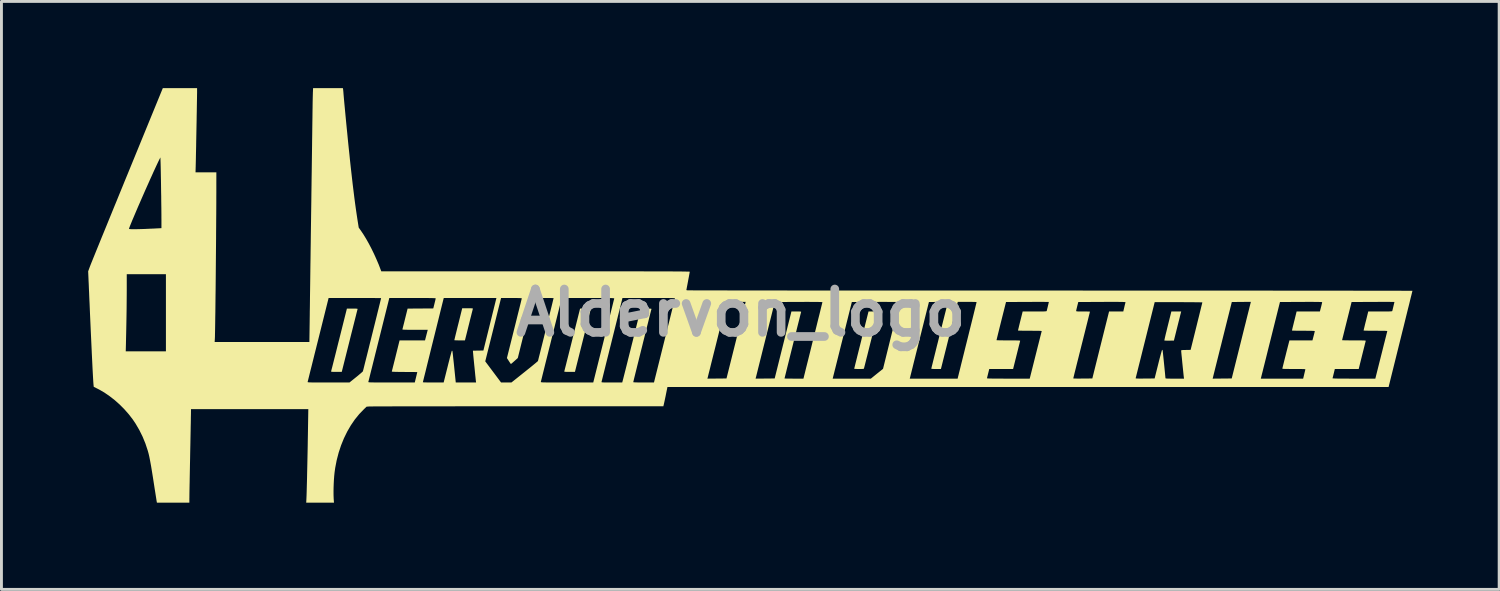
<source format=kicad_pcb>
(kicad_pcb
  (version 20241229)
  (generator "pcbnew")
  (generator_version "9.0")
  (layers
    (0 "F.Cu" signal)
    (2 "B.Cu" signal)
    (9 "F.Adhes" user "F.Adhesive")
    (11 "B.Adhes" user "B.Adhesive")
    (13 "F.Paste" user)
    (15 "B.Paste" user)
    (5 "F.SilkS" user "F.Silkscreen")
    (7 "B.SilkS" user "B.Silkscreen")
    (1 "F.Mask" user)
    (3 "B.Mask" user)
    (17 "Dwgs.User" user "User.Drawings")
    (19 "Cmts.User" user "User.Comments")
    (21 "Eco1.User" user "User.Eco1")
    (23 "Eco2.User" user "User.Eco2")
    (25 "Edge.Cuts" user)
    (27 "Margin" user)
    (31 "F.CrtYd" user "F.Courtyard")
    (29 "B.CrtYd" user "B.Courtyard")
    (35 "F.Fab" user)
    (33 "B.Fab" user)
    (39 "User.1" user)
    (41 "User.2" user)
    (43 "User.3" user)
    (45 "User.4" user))
  (footprint "Aldervon_logo"
    (layer "F.Cu")
    (at 22.579 7.77)
    (property "Reference" "Aldervon_logo" (at 0 0 0) (layer "F.Fab") (effects (font (size 1.5 1.5) (thickness 0.3))))
    (attr board_only exclude_from_pos_files exclude_from_bom)
    (fp_poly (pts (xy 15.226 -0.014) (xy 15.222 0.003) (xy 15.213 0.039) (xy 15.199 0.092) (xy 15.183 0.16) (xy 15.163 0.239) (xy 15.14 0.329) (xy 15.116 0.425) (xy 15.1 0.489) (xy 14.982 0.962) (xy 14.82 0.965) (xy 14.762 0.965) (xy 14.712 0.964) (xy 14.675 0.963) (xy 14.655 0.96) (xy 14.652 0.959) (xy 14.653 0.946) (xy 14.66 0.915) (xy 14.67 0.866) (xy 14.685 0.802) (xy 14.703 0.725) (xy 14.725 0.638) (xy 14.748 0.542) (xy 14.77 0.453) (xy 14.894 -0.044) (xy 15.064 -0.044) (xy 15.234 -0.044)) (stroke (width 0) (type solid)) (fill yes) (layer "F.SilkS"))
    (fp_poly (pts (xy -13.369 -0.144) (xy -13.317 -0.143) (xy -13.283 -0.141) (xy -13.264 -0.137) (xy -13.258 -0.132) (xy -13.258 -0.131) (xy -13.261 -0.118) (xy -13.27 -0.085) (xy -13.283 -0.034) (xy -13.3 0.034) (xy -13.321 0.118) (xy -13.346 0.217) (xy -13.374 0.328) (xy -13.405 0.45) (xy -13.438 0.582) (xy -13.474 0.723) (xy -13.511 0.87) (xy -13.534 0.964) (xy -13.806 2.045) (xy -13.993 2.045) (xy -14.064 2.045) (xy -14.116 2.044) (xy -14.15 2.041) (xy -14.169 2.038) (xy -14.176 2.033) (xy -14.175 2.031) (xy -14.172 2.019) (xy -14.164 1.986) (xy -14.151 1.935) (xy -14.133 1.867) (xy -14.112 1.783) (xy -14.087 1.684) (xy -14.059 1.573) (xy -14.028 1.451) (xy -13.995 1.319) (xy -13.96 1.178) (xy -13.923 1.03) (xy -13.899 0.937) (xy -13.628 -0.144) (xy -13.44 -0.144)) (stroke (width 0) (type solid)) (fill yes) (layer "F.SilkS"))
    (fp_poly (pts (xy -5.302 -0.144) (xy -5.251 -0.143) (xy -5.217 -0.141) (xy -5.198 -0.137) (xy -5.191 -0.132) (xy -5.191 -0.131) (xy -5.195 -0.118) (xy -5.203 -0.085) (xy -5.216 -0.034) (xy -5.233 0.034) (xy -5.255 0.118) (xy -5.279 0.217) (xy -5.307 0.328) (xy -5.338 0.45) (xy -5.372 0.582) (xy -5.407 0.723) (xy -5.444 0.87) (xy -5.468 0.964) (xy -5.739 2.045) (xy -5.926 2.045) (xy -5.998 2.045) (xy -6.049 2.044) (xy -6.083 2.041) (xy -6.103 2.038) (xy -6.109 2.033) (xy -6.109 2.031) (xy -6.105 2.019) (xy -6.097 1.986) (xy -6.084 1.935) (xy -6.067 1.867) (xy -6.045 1.783) (xy -6.021 1.684) (xy -5.993 1.573) (xy -5.962 1.451) (xy -5.929 1.319) (xy -5.893 1.178) (xy -5.856 1.03) (xy -5.833 0.937) (xy -5.561 -0.144) (xy -5.374 -0.144)) (stroke (width 0) (type solid)) (fill yes) (layer "F.SilkS"))
    (fp_poly (pts (xy -9.384 -0.155) (xy -9.334 -0.155) (xy -9.301 -0.153) (xy -9.282 -0.151) (xy -9.272 -0.146) (xy -9.27 -0.14) (xy -9.271 -0.136) (xy -9.275 -0.122) (xy -9.283 -0.088) (xy -9.296 -0.037) (xy -9.313 0.029) (xy -9.332 0.107) (xy -9.355 0.196) (xy -9.379 0.293) (xy -9.4 0.378) (xy -9.426 0.481) (xy -9.45 0.578) (xy -9.472 0.668) (xy -9.492 0.747) (xy -9.509 0.814) (xy -9.522 0.866) (xy -9.531 0.901) (xy -9.534 0.914) (xy -9.545 0.956) (xy -9.728 0.956) (xy -9.789 0.955) (xy -9.842 0.954) (xy -9.882 0.952) (xy -9.906 0.95) (xy -9.911 0.948) (xy -9.909 0.936) (xy -9.901 0.904) (xy -9.89 0.855) (xy -9.874 0.79) (xy -9.855 0.713) (xy -9.833 0.624) (xy -9.809 0.526) (xy -9.783 0.421) (xy -9.775 0.392) (xy -9.639 -0.156) (xy -9.452 -0.156)) (stroke (width 0) (type solid)) (fill yes) (layer "F.SilkS"))
    (fp_poly (pts (xy 4.652 -0.044) (xy 4.698 -0.043) (xy 4.727 -0.042) (xy 4.744 -0.039) (xy 4.751 -0.034) (xy 4.752 -0.027) (xy 4.751 -0.025) (xy 4.748 -0.012) (xy 4.739 0.022) (xy 4.726 0.074) (xy 4.709 0.142) (xy 4.688 0.226) (xy 4.663 0.324) (xy 4.636 0.434) (xy 4.605 0.554) (xy 4.573 0.683) (xy 4.539 0.82) (xy 4.506 0.95) (xy 4.47 1.092) (xy 4.436 1.229) (xy 4.404 1.357) (xy 4.374 1.477) (xy 4.346 1.585) (xy 4.322 1.682) (xy 4.301 1.765) (xy 4.284 1.832) (xy 4.271 1.882) (xy 4.263 1.914) (xy 4.26 1.926) (xy 4.256 1.933) (xy 4.246 1.939) (xy 4.227 1.942) (xy 4.196 1.944) (xy 4.149 1.945) (xy 4.088 1.945) (xy 4.03 1.945) (xy 3.981 1.943) (xy 3.945 1.941) (xy 3.925 1.938) (xy 3.922 1.937) (xy 3.925 1.925) (xy 3.932 1.893) (xy 3.945 1.843) (xy 3.961 1.776) (xy 3.982 1.693) (xy 4.006 1.596) (xy 4.033 1.487) (xy 4.063 1.367) (xy 4.095 1.238) (xy 4.13 1.101) (xy 4.166 0.957) (xy 4.169 0.942) (xy 4.417 -0.044) (xy 4.587 -0.044)) (stroke (width 0) (type solid)) (fill yes) (layer "F.SilkS"))
    (fp_poly (pts (xy -18.811 -7.645) (xy -18.811 -7.616) (xy -18.812 -7.567) (xy -18.813 -7.499) (xy -18.814 -7.415) (xy -18.816 -7.315) (xy -18.818 -7.202) (xy -18.82 -7.079) (xy -18.822 -6.945) (xy -18.825 -6.805) (xy -18.827 -6.658) (xy -18.83 -6.507) (xy -18.833 -6.354) (xy -18.836 -6.201) (xy -18.839 -6.05) (xy -18.842 -5.902) (xy -18.844 -5.759) (xy -18.847 -5.623) (xy -18.85 -5.496) (xy -18.852 -5.379) (xy -18.854 -5.275) (xy -18.856 -5.185) (xy -18.858 -5.112) (xy -18.859 -5.056) (xy -18.86 -5.033) (xy -18.865 -4.858) (xy -18.505 -4.858) (xy -18.144 -4.858) (xy -18.145 -4.455) (xy -18.145 -4.314) (xy -18.145 -4.16) (xy -18.146 -3.992) (xy -18.146 -3.814) (xy -18.147 -3.625) (xy -18.148 -3.426) (xy -18.15 -3.22) (xy -18.151 -3.008) (xy -18.153 -2.79) (xy -18.154 -2.568) (xy -18.156 -2.343) (xy -18.158 -2.116) (xy -18.16 -1.888) (xy -18.162 -1.662) (xy -18.164 -1.437) (xy -18.166 -1.215) (xy -18.168 -0.998) (xy -18.17 -0.786) (xy -18.173 -0.582) (xy -18.175 -0.385) (xy -18.177 -0.197) (xy -18.179 -0.02) (xy -18.182 0.145) (xy -18.184 0.298) (xy -18.186 0.436) (xy -18.188 0.559) (xy -18.19 0.665) (xy -18.192 0.754) (xy -18.193 0.823) (xy -18.195 0.872) (xy -18.196 0.892) (xy -18.203 1.012) (xy -16.564 1.012) (xy -14.926 1.012) (xy -14.918 0.447) (xy -14.917 0.388) (xy -14.916 0.308) (xy -14.915 0.208) (xy -14.913 0.089) (xy -14.912 -0.048) (xy -14.909 -0.202) (xy -14.907 -0.371) (xy -14.905 -0.556) (xy -14.902 -0.753) (xy -14.899 -0.963) (xy -14.896 -1.184) (xy -14.893 -1.416) (xy -14.89 -1.656) (xy -14.886 -1.905) (xy -14.883 -2.16) (xy -14.879 -2.421) (xy -14.876 -2.687) (xy -14.872 -2.957) (xy -14.868 -3.229) (xy -14.867 -3.324) (xy -14.863 -3.595) (xy -14.859 -3.864) (xy -14.856 -4.13) (xy -14.852 -4.39) (xy -14.849 -4.645) (xy -14.845 -4.892) (xy -14.842 -5.132) (xy -14.839 -5.362) (xy -14.836 -5.583) (xy -14.833 -5.792) (xy -14.831 -5.989) (xy -14.828 -6.172) (xy -14.826 -6.342) (xy -14.824 -6.495) (xy -14.822 -6.633) (xy -14.82 -6.753) (xy -14.819 -6.854) (xy -14.818 -6.935) (xy -14.817 -6.996) (xy -14.817 -7.014) (xy -14.815 -7.122) (xy -14.814 -7.228) (xy -14.812 -7.329) (xy -14.81 -7.422) (xy -14.808 -7.503) (xy -14.806 -7.57) (xy -14.805 -7.619) (xy -14.804 -7.634) (xy -14.798 -7.77) (xy -14.282 -7.77) (xy -13.767 -7.77) (xy -13.762 -7.745) (xy -13.759 -7.725) (xy -13.755 -7.688) (xy -13.75 -7.638) (xy -13.746 -7.581) (xy -13.745 -7.57) (xy -13.737 -7.476) (xy -13.727 -7.362) (xy -13.715 -7.231) (xy -13.701 -7.085) (xy -13.686 -6.926) (xy -13.67 -6.757) (xy -13.653 -6.579) (xy -13.635 -6.396) (xy -13.616 -6.209) (xy -13.598 -6.021) (xy -13.579 -5.834) (xy -13.56 -5.651) (xy -13.541 -5.474) (xy -13.524 -5.305) (xy -13.507 -5.147) (xy -13.491 -5.001) (xy -13.483 -4.93) (xy -13.453 -4.666) (xy -13.425 -4.422) (xy -13.397 -4.196) (xy -13.371 -3.985) (xy -13.345 -3.787) (xy -13.319 -3.599) (xy -13.293 -3.421) (xy -13.267 -3.248) (xy -13.254 -3.165) (xy -13.219 -2.946) (xy -13.142 -2.838) (xy -13.054 -2.707) (xy -12.963 -2.558) (xy -12.871 -2.395) (xy -12.78 -2.221) (xy -12.691 -2.039) (xy -12.607 -1.853) (xy -12.528 -1.668) (xy -12.482 -1.548) (xy -12.439 -1.434) (xy -7.103 -1.434) (xy -6.678 -1.434) (xy -6.275 -1.434) (xy -5.893 -1.434) (xy -5.532 -1.434) (xy -5.191 -1.434) (xy -4.87 -1.434) (xy -4.568 -1.434) (xy -4.284 -1.433) (xy -4.019 -1.433) (xy -3.772 -1.433) (xy -3.542 -1.433) (xy -3.328 -1.432) (xy -3.131 -1.432) (xy -2.949 -1.431) (xy -2.783 -1.431) (xy -2.631 -1.431) (xy -2.494 -1.43) (xy -2.37 -1.43) (xy -2.259 -1.429) (xy -2.161 -1.428) (xy -2.075 -1.428) (xy -2.001 -1.427) (xy -1.938 -1.426) (xy -1.886 -1.425) (xy -1.844 -1.424) (xy -1.812 -1.424) (xy -1.788 -1.423) (xy -1.774 -1.422) (xy -1.767 -1.42) (xy -1.767 -1.42) (xy -1.769 -1.406) (xy -1.775 -1.373) (xy -1.784 -1.324) (xy -1.795 -1.261) (xy -1.809 -1.189) (xy -1.824 -1.109) (xy -1.826 -1.095) (xy -1.885 -0.784) (xy -1.845 -0.776) (xy -1.833 -0.776) (xy -1.798 -0.775) (xy -1.742 -0.775) (xy -1.666 -0.775) (xy -1.568 -0.774) (xy -1.451 -0.774) (xy -1.315 -0.774) (xy -1.159 -0.773) (xy -0.984 -0.773) (xy -0.792 -0.773) (xy -0.581 -0.773) (xy -0.353 -0.772) (xy -0.109 -0.772) (xy 0.152 -0.772) (xy 0.43 -0.771) (xy 0.722 -0.771) (xy 1.03 -0.771) (xy 1.352 -0.771) (xy 1.689 -0.77) (xy 2.039 -0.77) (xy 2.403 -0.77) (xy 2.78 -0.77) (xy 3.169 -0.77) (xy 3.57 -0.769) (xy 3.982 -0.769) (xy 4.406 -0.769) (xy 4.84 -0.769) (xy 5.285 -0.769) (xy 5.739 -0.769) (xy 6.202 -0.768) (xy 6.675 -0.768) (xy 7.156 -0.768) (xy 7.645 -0.768) (xy 8.141 -0.768) (xy 8.645 -0.768) (xy 9.155 -0.768) (xy 9.671 -0.768) (xy 10.193 -0.768) (xy 10.714 -0.768) (xy 11.241 -0.768) (xy 11.763 -0.768) (xy 12.279 -0.767) (xy 12.788 -0.767) (xy 13.291 -0.767) (xy 13.787 -0.767) (xy 14.275 -0.767) (xy 14.755 -0.767) (xy 15.227 -0.767) (xy 15.69 -0.767) (xy 16.143 -0.767) (xy 16.587 -0.766) (xy 17.02 -0.766) (xy 17.442 -0.766) (xy 17.854 -0.766) (xy 18.254 -0.766) (xy 18.642 -0.765) (xy 19.017 -0.765) (xy 19.379 -0.765) (xy 19.728 -0.765) (xy 20.064 -0.764) (xy 20.385 -0.764) (xy 20.691 -0.764) (xy 20.982 -0.764) (xy 21.258 -0.763) (xy 21.518 -0.763) (xy 21.761 -0.763) (xy 21.987 -0.762) (xy 22.196 -0.762) (xy 22.387 -0.762) (xy 22.56 -0.761) (xy 22.714 -0.761) (xy 22.849 -0.761) (xy 22.965 -0.76) (xy 23.06 -0.76) (xy 23.135 -0.76) (xy 23.19 -0.759) (xy 23.222 -0.759) (xy 23.233 -0.759) (xy 23.233 -0.759) (xy 23.231 -0.747) (xy 23.223 -0.715) (xy 23.211 -0.664) (xy 23.194 -0.595) (xy 23.172 -0.509) (xy 23.147 -0.407) (xy 23.119 -0.29) (xy 23.086 -0.161) (xy 23.051 -0.019) (xy 23.013 0.134) (xy 22.973 0.297) (xy 22.931 0.468) (xy 22.886 0.647) (xy 22.84 0.833) (xy 22.821 0.909) (xy 22.409 2.568) (xy 9.935 2.568) (xy -2.539 2.568) (xy -2.587 2.803) (xy -2.602 2.88) (xy -2.618 2.956) (xy -2.633 3.027) (xy -2.646 3.087) (xy -2.656 3.132) (xy -2.657 3.136) (xy -2.68 3.235) (xy -7.72 3.235) (xy -8.055 3.235) (xy -8.384 3.235) (xy -8.707 3.235) (xy -9.023 3.235) (xy -9.333 3.235) (xy -9.633 3.235) (xy -9.925 3.236) (xy -10.208 3.236) (xy -10.48 3.236) (xy -10.741 3.236) (xy -10.991 3.237) (xy -11.228 3.237) (xy -11.452 3.237) (xy -11.662 3.238) (xy -11.858 3.238) (xy -12.038 3.238) (xy -12.202 3.239) (xy -12.35 3.239) (xy -12.48 3.239) (xy -12.592 3.24) (xy -12.685 3.24) (xy -12.759 3.241) (xy -12.812 3.241) (xy -12.844 3.242) (xy -12.854 3.242) (xy -12.947 3.249) (xy -13.041 3.339) (xy -13.203 3.507) (xy -13.354 3.693) (xy -13.492 3.895) (xy -13.618 4.112) (xy -13.731 4.343) (xy -13.829 4.585) (xy -13.913 4.838) (xy -13.981 5.099) (xy -14.033 5.368) (xy -14.055 5.526) (xy -14.067 5.644) (xy -14.077 5.774) (xy -14.084 5.911) (xy -14.089 6.05) (xy -14.091 6.185) (xy -14.09 6.311) (xy -14.086 6.424) (xy -14.082 6.481) (xy -14.075 6.57) (xy -14.555 6.57) (xy -15.036 6.57) (xy -15.029 6.444) (xy -15.027 6.394) (xy -15.024 6.324) (xy -15.021 6.233) (xy -15.018 6.126) (xy -15.015 6.002) (xy -15.011 5.863) (xy -15.007 5.711) (xy -15.004 5.548) (xy -15 5.374) (xy -14.996 5.192) (xy -14.992 5.002) (xy -14.988 4.807) (xy -14.984 4.608) (xy -14.981 4.406) (xy -14.977 4.203) (xy -14.974 4.001) (xy -14.971 3.821) (xy -14.963 3.335) (xy -16.993 3.335) (xy -19.022 3.335) (xy -19.022 3.41) (xy -19.023 3.43) (xy -19.023 3.472) (xy -19.024 3.532) (xy -19.026 3.611) (xy -19.027 3.706) (xy -19.029 3.816) (xy -19.032 3.94) (xy -19.034 4.076) (xy -19.037 4.223) (xy -19.04 4.379) (xy -19.043 4.544) (xy -19.047 4.715) (xy -19.05 4.88) (xy -19.053 5.057) (xy -19.057 5.23) (xy -19.06 5.398) (xy -19.063 5.558) (xy -19.066 5.71) (xy -19.068 5.851) (xy -19.071 5.98) (xy -19.073 6.097) (xy -19.075 6.198) (xy -19.076 6.283) (xy -19.077 6.35) (xy -19.077 6.398) (xy -19.078 6.422) (xy -19.078 6.57) (xy -19.639 6.57) (xy -20.2 6.57) (xy -20.205 6.545) (xy -20.208 6.529) (xy -20.214 6.494) (xy -20.222 6.441) (xy -20.233 6.372) (xy -20.246 6.289) (xy -20.261 6.194) (xy -20.278 6.089) (xy -20.295 5.977) (xy -20.311 5.875) (xy -20.337 5.706) (xy -20.361 5.557) (xy -20.382 5.427) (xy -20.401 5.312) (xy -20.419 5.213) (xy -20.435 5.125) (xy -20.45 5.048) (xy -20.464 4.979) (xy -20.478 4.917) (xy -20.492 4.86) (xy -20.507 4.806) (xy -20.518 4.767) (xy -20.598 4.525) (xy -20.696 4.286) (xy -20.811 4.054) (xy -20.94 3.833) (xy -21.041 3.684) (xy -21.178 3.507) (xy -21.329 3.336) (xy -21.491 3.173) (xy -21.662 3.021) (xy -21.84 2.883) (xy -22.019 2.76) (xy -22.199 2.656) (xy -22.254 2.628) (xy -22.386 2.562) (xy -22.393 2.496) (xy -22.397 2.452) (xy -22.401 2.397) (xy -14.987 2.397) (xy -14.984 2.4) (xy -14.976 2.403) (xy -14.962 2.405) (xy -14.94 2.407) (xy -14.909 2.409) (xy -14.867 2.41) (xy -14.812 2.411) (xy -14.744 2.411) (xy -14.66 2.412) (xy -14.558 2.412) (xy -14.438 2.412) (xy -14.298 2.412) (xy -14.265 2.412) (xy -13.538 2.412) (xy -13.519 2.396) (xy -12.887 2.396) (xy -12.884 2.4) (xy -12.876 2.402) (xy -12.863 2.405) (xy -12.842 2.407) (xy -12.812 2.408) (xy -12.772 2.409) (xy -12.72 2.41) (xy -12.654 2.411) (xy -12.574 2.412) (xy -12.477 2.412) (xy -12.362 2.412) (xy -12.228 2.412) (xy -12.085 2.412) (xy -11.28 2.412) (xy -11.278 2.404) (xy -11 2.404) (xy -10.989 2.406) (xy -10.959 2.408) (xy -10.912 2.409) (xy -10.85 2.411) (xy -10.777 2.412) (xy -10.694 2.412) (xy -10.64 2.412) (xy -10.281 2.412) (xy -10.144 1.867) (xy -10.118 1.761) (xy -10.092 1.661) (xy -10.069 1.57) (xy -10.047 1.489) (xy -10.029 1.422) (xy -10.015 1.369) (xy -10.004 1.333) (xy -9.998 1.317) (xy -9.997 1.316) (xy -9.983 1.317) (xy -9.979 1.32) (xy -9.977 1.334) (xy -9.972 1.367) (xy -9.966 1.417) (xy -9.958 1.484) (xy -9.95 1.563) (xy -9.94 1.654) (xy -9.929 1.754) (xy -9.918 1.861) (xy -9.917 1.872) (xy -9.862 2.412) (xy -9.511 2.412) (xy -9.159 2.412) (xy -9.163 2.382) (xy -9.167 2.353) (xy -9.172 2.306) (xy -9.178 2.245) (xy -9.186 2.172) (xy -9.194 2.089) (xy -9.203 2) (xy -9.212 1.906) (xy -9.222 1.812) (xy -9.231 1.719) (xy -9.235 1.681) (xy -8.842 1.681) (xy -8.568 2.047) (xy -8.295 2.412) (xy -8.116 2.412) (xy -7.937 2.412) (xy -7.912 2.393) (xy -6.92 2.393) (xy -6.92 2.396) (xy -6.917 2.399) (xy -6.91 2.402) (xy -6.897 2.404) (xy -6.877 2.406) (xy -6.849 2.408) (xy -6.811 2.409) (xy -6.761 2.41) (xy -6.699 2.411) (xy -6.623 2.411) (xy -6.531 2.412) (xy -6.423 2.412) (xy -6.296 2.412) (xy -6.149 2.412) (xy -6.015 2.412) (xy -5.105 2.412) (xy -5.102 2.398) (xy -4.82 2.398) (xy -4.816 2.402) (xy -4.806 2.406) (xy -4.787 2.408) (xy -4.758 2.41) (xy -4.715 2.411) (xy -4.658 2.412) (xy -4.583 2.412) (xy -4.489 2.412) (xy -4.464 2.412) (xy -4.103 2.412) (xy -4.07 2.287) (xy -4.063 2.259) (xy -4.051 2.211) (xy -4.034 2.145) (xy -4.013 2.062) (xy -3.988 1.964) (xy -3.96 1.852) (xy -3.929 1.729) (xy -3.896 1.595) (xy -3.86 1.452) (xy -3.822 1.302) (xy -3.784 1.147) (xy -3.749 1.009) (xy -3.461 -0.145) (xy -3.274 -0.145) (xy -3.206 -0.144) (xy -3.157 -0.144) (xy -3.124 -0.142) (xy -3.104 -0.139) (xy -3.094 -0.135) (xy -3.092 -0.129) (xy -3.093 -0.125) (xy -3.097 -0.109) (xy -3.107 -0.074) (xy -3.12 -0.021) (xy -3.138 0.049) (xy -3.159 0.133) (xy -3.183 0.231) (xy -3.21 0.34) (xy -3.24 0.458) (xy -3.272 0.585) (xy -3.305 0.718) (xy -3.339 0.856) (xy -3.375 0.998) (xy -3.41 1.141) (xy -3.446 1.284) (xy -3.481 1.425) (xy -3.515 1.563) (xy -3.548 1.696) (xy -3.58 1.822) (xy -3.609 1.941) (xy -3.636 2.049) (xy -3.66 2.146) (xy -3.681 2.23) (xy -3.698 2.299) (xy -3.71 2.351) (xy -3.719 2.386) (xy -3.722 2.401) (xy -3.722 2.401) (xy -3.711 2.404) (xy -3.678 2.407) (xy -3.625 2.409) (xy -3.55 2.411) (xy -3.456 2.412) (xy -3.364 2.412) (xy -3.005 2.412) (xy -2.972 2.279) (xy -1.156 2.279) (xy -0.826 2.276) (xy -0.496 2.273) (xy -0.172 0.978) (xy -0.131 0.812) (xy -0.091 0.652) (xy -0.052 0.499) (xy -0.016 0.354) (xy 0.018 0.219) (xy 0.049 0.095) (xy 0.077 -0.016) (xy 0.101 -0.114) (xy 0.122 -0.197) (xy 0.138 -0.263) (xy 0.15 -0.311) (xy 0.157 -0.34) (xy 0.159 -0.348) (xy 0.167 -0.378) (xy -0.163 -0.375) (xy -0.493 -0.372) (xy -0.817 0.923) (xy -0.858 1.089) (xy -0.898 1.249) (xy -0.937 1.402) (xy -0.973 1.547) (xy -1.007 1.682) (xy -1.038 1.806) (xy -1.065 1.917) (xy -1.09 2.015) (xy -1.111 2.098) (xy -1.127 2.163) (xy -1.139 2.212) (xy -1.146 2.24) (xy -1.148 2.248) (xy -1.156 2.279) (xy 0.511 2.279) (xy 0.841 2.276) (xy 1.171 2.273) (xy 1.46 1.114) (xy 1.75 -0.044) (xy 1.92 -0.044) (xy 1.985 -0.044) (xy 2.031 -0.044) (xy 2.061 -0.042) (xy 2.077 -0.039) (xy 2.085 -0.034) (xy 2.085 -0.027) (xy 2.085 -0.025) (xy 2.081 -0.011) (xy 2.072 0.023) (xy 2.059 0.074) (xy 2.042 0.142) (xy 2.022 0.224) (xy 1.998 0.319) (xy 1.971 0.425) (xy 1.942 0.541) (xy 1.912 0.664) (xy 1.879 0.793) (xy 1.846 0.926) (xy 1.812 1.061) (xy 1.778 1.198) (xy 1.744 1.333) (xy 1.711 1.466) (xy 1.679 1.595) (xy 1.649 1.717) (xy 1.62 1.832) (xy 1.594 1.937) (xy 1.571 2.031) (xy 1.551 2.112) (xy 1.534 2.179) (xy 1.522 2.229) (xy 1.514 2.261) (xy 1.511 2.273) (xy 1.511 2.273) (xy 1.522 2.275) (xy 1.552 2.276) (xy 1.599 2.277) (xy 1.66 2.278) (xy 1.732 2.278) (xy 1.812 2.279) (xy 1.839 2.279) (xy 2.166 2.279) (xy 3.177 2.279) (xy 3.838 2.279) (xy 4.498 2.279) (xy 5.844 2.279) (xy 6.672 2.279) (xy 7.5 2.279) (xy 7.503 2.265) (xy 8.514 2.265) (xy 8.517 2.268) (xy 8.529 2.27) (xy 8.552 2.272) (xy 8.587 2.274) (xy 8.635 2.275) (xy 8.697 2.277) (xy 8.776 2.277) (xy 8.871 2.278) (xy 8.985 2.278) (xy 9.119 2.279) (xy 9.252 2.279) (xy 9.994 2.279) (xy 9.996 2.271) (xy 11.5 2.271) (xy 11.511 2.273) (xy 11.541 2.275) (xy 11.588 2.276) (xy 11.649 2.277) (xy 11.721 2.277) (xy 11.802 2.276) (xy 11.83 2.276) (xy 12.16 2.273) (xy 12.162 2.265) (xy 13.658 2.265) (xy 13.661 2.269) (xy 13.673 2.272) (xy 13.698 2.275) (xy 13.736 2.276) (xy 13.791 2.277) (xy 13.863 2.277) (xy 13.954 2.276) (xy 13.984 2.276) (xy 14.315 2.273) (xy 14.439 1.779) (xy 14.464 1.678) (xy 14.488 1.584) (xy 14.511 1.498) (xy 14.531 1.424) (xy 14.548 1.363) (xy 14.561 1.318) (xy 14.571 1.29) (xy 14.575 1.281) (xy 14.585 1.288) (xy 14.593 1.31) (xy 14.594 1.314) (xy 14.596 1.333) (xy 14.6 1.371) (xy 14.606 1.425) (xy 14.613 1.492) (xy 14.621 1.569) (xy 14.63 1.654) (xy 14.639 1.742) (xy 14.648 1.832) (xy 14.657 1.92) (xy 14.665 2.004) (xy 14.673 2.081) (xy 14.679 2.148) (xy 14.684 2.202) (xy 14.688 2.239) (xy 14.689 2.258) (xy 14.689 2.259) (xy 14.69 2.265) (xy 14.696 2.269) (xy 14.708 2.273) (xy 14.729 2.275) (xy 14.761 2.277) (xy 14.807 2.278) (xy 14.869 2.279) (xy 14.949 2.279) (xy 15.01 2.279) (xy 15.332 2.279) (xy 15.327 2.243) (xy 15.324 2.219) (xy 15.319 2.178) (xy 15.313 2.121) (xy 15.306 2.052) (xy 15.298 1.974) (xy 15.289 1.889) (xy 15.28 1.8) (xy 15.271 1.711) (xy 15.263 1.625) (xy 15.255 1.543) (xy 15.247 1.47) (xy 15.241 1.407) (xy 15.237 1.359) (xy 15.234 1.327) (xy 15.233 1.316) (xy 15.234 1.306) (xy 15.238 1.299) (xy 15.249 1.294) (xy 15.27 1.291) (xy 15.305 1.289) (xy 15.356 1.288) (xy 15.397 1.287) (xy 15.56 1.284) (xy 15.763 0.467) (xy 15.795 0.336) (xy 15.826 0.211) (xy 15.855 0.095) (xy 15.881 -0.012) (xy 15.905 -0.108) (xy 15.925 -0.191) (xy 15.942 -0.259) (xy 15.955 -0.311) (xy 15.963 -0.344) (xy 15.966 -0.358) (xy 15.966 -0.358) (xy 15.955 -0.36) (xy 15.924 -0.361) (xy 15.874 -0.362) (xy 15.807 -0.363) (xy 15.725 -0.364) (xy 15.629 -0.365) (xy 15.521 -0.366) (xy 15.403 -0.366) (xy 15.276 -0.367) (xy 15.143 -0.367) (xy 15.142 -0.367) (xy 14.317 -0.367) (xy 13.99 0.942) (xy 13.948 1.109) (xy 13.908 1.269) (xy 13.87 1.422) (xy 13.834 1.567) (xy 13.8 1.702) (xy 13.769 1.825) (xy 13.741 1.937) (xy 13.717 2.034) (xy 13.696 2.116) (xy 13.68 2.181) (xy 13.668 2.229) (xy 13.66 2.257) (xy 13.658 2.265) (xy 12.162 2.265) (xy 12.449 1.114) (xy 12.739 -0.044) (xy 12.985 -0.044) (xy 13.231 -0.044) (xy 13.267 -0.197) (xy 13.28 -0.254) (xy 13.292 -0.302) (xy 13.302 -0.34) (xy 13.307 -0.361) (xy 13.308 -0.364) (xy 13.305 -0.367) (xy 13.293 -0.369) (xy 13.271 -0.371) (xy 13.238 -0.373) (xy 13.192 -0.374) (xy 13.132 -0.375) (xy 13.056 -0.376) (xy 12.964 -0.376) (xy 12.855 -0.376) (xy 12.726 -0.376) (xy 12.577 -0.376) (xy 12.494 -0.375) (xy 11.674 -0.372) (xy 11.637 -0.228) (xy 11.624 -0.173) (xy 11.612 -0.124) (xy 11.604 -0.087) (xy 11.6 -0.066) (xy 11.6 -0.064) (xy 11.602 -0.057) (xy 11.608 -0.053) (xy 11.622 -0.049) (xy 11.646 -0.047) (xy 11.683 -0.045) (xy 11.735 -0.045) (xy 11.807 -0.044) (xy 11.839 -0.044) (xy 11.909 -0.044) (xy 11.971 -0.044) (xy 12.022 -0.043) (xy 12.058 -0.041) (xy 12.076 -0.04) (xy 12.078 -0.039) (xy 12.075 -0.028) (xy 12.067 0.004) (xy 12.055 0.054) (xy 12.038 0.121) (xy 12.017 0.205) (xy 11.993 0.303) (xy 11.965 0.414) (xy 11.934 0.537) (xy 11.901 0.67) (xy 11.865 0.812) (xy 11.828 0.961) (xy 11.789 1.115) (xy 11.75 1.271) (xy 11.712 1.42) (xy 11.677 1.562) (xy 11.643 1.695) (xy 11.612 1.818) (xy 11.585 1.929) (xy 11.56 2.027) (xy 11.539 2.111) (xy 11.523 2.178) (xy 11.51 2.229) (xy 11.503 2.26) (xy 11.5 2.271) (xy 9.996 2.271) (xy 10.199 1.464) (xy 10.232 1.334) (xy 10.263 1.209) (xy 10.293 1.092) (xy 10.32 0.985) (xy 10.344 0.889) (xy 10.365 0.806) (xy 10.383 0.737) (xy 10.396 0.685) (xy 10.405 0.651) (xy 10.409 0.637) (xy 10.409 0.636) (xy 10.406 0.633) (xy 10.392 0.63) (xy 10.367 0.627) (xy 10.329 0.625) (xy 10.275 0.624) (xy 10.204 0.623) (xy 10.115 0.623) (xy 10.005 0.622) (xy 10.001 0.622) (xy 9.908 0.622) (xy 9.822 0.622) (xy 9.746 0.621) (xy 9.682 0.619) (xy 9.633 0.618) (xy 9.601 0.616) (xy 9.589 0.614) (xy 9.589 0.614) (xy 9.591 0.602) (xy 9.598 0.57) (xy 9.61 0.523) (xy 9.624 0.462) (xy 9.642 0.39) (xy 9.661 0.311) (xy 9.669 0.281) (xy 9.75 -0.044) (xy 10.163 -0.044) (xy 10.27 -0.045) (xy 10.357 -0.045) (xy 10.426 -0.045) (xy 10.479 -0.046) (xy 10.518 -0.048) (xy 10.546 -0.05) (xy 10.564 -0.052) (xy 10.575 -0.056) (xy 10.58 -0.06) (xy 10.582 -0.064) (xy 10.587 -0.083) (xy 10.595 -0.117) (xy 10.606 -0.161) (xy 10.618 -0.21) (xy 10.63 -0.261) (xy 10.641 -0.307) (xy 10.649 -0.344) (xy 10.654 -0.368) (xy 10.656 -0.373) (xy 10.645 -0.374) (xy 10.614 -0.375) (xy 10.564 -0.375) (xy 10.497 -0.376) (xy 10.416 -0.376) (xy 10.321 -0.376) (xy 10.215 -0.376) (xy 10.1 -0.376) (xy 9.977 -0.375) (xy 9.915 -0.375) (xy 9.174 -0.372) (xy 9.009 0.283) (xy 8.98 0.4) (xy 8.952 0.511) (xy 8.927 0.613) (xy 8.904 0.705) (xy 8.884 0.786) (xy 8.868 0.852) (xy 8.856 0.902) (xy 8.848 0.935) (xy 8.845 0.948) (xy 8.845 0.948) (xy 8.855 0.95) (xy 8.886 0.951) (xy 8.934 0.953) (xy 8.996 0.954) (xy 9.071 0.955) (xy 9.156 0.956) (xy 9.249 0.956) (xy 9.256 0.956) (xy 9.363 0.956) (xy 9.449 0.956) (xy 9.518 0.957) (xy 9.57 0.958) (xy 9.608 0.959) (xy 9.635 0.961) (xy 9.651 0.963) (xy 9.66 0.967) (xy 9.663 0.971) (xy 9.662 0.975) (xy 9.658 0.99) (xy 9.65 1.024) (xy 9.637 1.075) (xy 9.62 1.14) (xy 9.601 1.218) (xy 9.579 1.306) (xy 9.555 1.402) (xy 9.538 1.47) (xy 9.419 1.945) (xy 9.007 1.945) (xy 8.594 1.945) (xy 8.556 2.098) (xy 8.542 2.154) (xy 8.53 2.203) (xy 8.521 2.241) (xy 8.515 2.262) (xy 8.514 2.265) (xy 7.503 2.265) (xy 7.506 2.254) (xy 7.509 2.24) (xy 7.517 2.206) (xy 7.531 2.153) (xy 7.548 2.083) (xy 7.57 1.996) (xy 7.595 1.895) (xy 7.623 1.78) (xy 7.655 1.653) (xy 7.689 1.515) (xy 7.726 1.368) (xy 7.764 1.213) (xy 7.805 1.051) (xy 7.834 0.935) (xy 7.875 0.77) (xy 7.914 0.611) (xy 7.952 0.459) (xy 7.988 0.315) (xy 8.021 0.182) (xy 8.051 0.06) (xy 8.078 -0.05) (xy 8.102 -0.146) (xy 8.121 -0.226) (xy 8.137 -0.29) (xy 8.148 -0.335) (xy 8.154 -0.362) (xy 8.156 -0.368) (xy 8.145 -0.371) (xy 8.114 -0.373) (xy 8.067 -0.375) (xy 8.004 -0.376) (xy 7.929 -0.378) (xy 7.845 -0.378) (xy 7.83 -0.378) (xy 7.505 -0.378) (xy 7.222 0.748) (xy 7.184 0.902) (xy 7.146 1.051) (xy 7.111 1.193) (xy 7.077 1.327) (xy 7.046 1.45) (xy 7.018 1.562) (xy 6.993 1.661) (xy 6.972 1.746) (xy 6.955 1.814) (xy 6.942 1.865) (xy 6.934 1.898) (xy 6.931 1.909) (xy 6.921 1.945) (xy 6.755 1.945) (xy 6.685 1.945) (xy 6.636 1.943) (xy 6.605 1.94) (xy 6.59 1.935) (xy 6.589 1.932) (xy 6.592 1.92) (xy 6.599 1.889) (xy 6.611 1.839) (xy 6.628 1.773) (xy 6.648 1.692) (xy 6.671 1.598) (xy 6.697 1.493) (xy 6.726 1.378) (xy 6.756 1.256) (xy 6.788 1.127) (xy 6.822 0.995) (xy 6.855 0.859) (xy 6.89 0.723) (xy 6.924 0.587) (xy 6.957 0.454) (xy 6.989 0.325) (xy 7.02 0.202) (xy 7.049 0.087) (xy 7.076 -0.019) (xy 7.1 -0.113) (xy 7.12 -0.195) (xy 7.137 -0.262) (xy 7.15 -0.313) (xy 7.159 -0.346) (xy 7.162 -0.359) (xy 7.163 -0.364) (xy 7.159 -0.369) (xy 7.149 -0.372) (xy 7.131 -0.374) (xy 7.101 -0.376) (xy 7.058 -0.376) (xy 6.999 -0.376) (xy 6.923 -0.376) (xy 6.838 -0.375) (xy 6.507 -0.372) (xy 6.183 0.923) (xy 6.142 1.089) (xy 6.102 1.249) (xy 6.063 1.402) (xy 6.027 1.547) (xy 5.993 1.682) (xy 5.962 1.806) (xy 5.935 1.917) (xy 5.91 2.015) (xy 5.89 2.097) (xy 5.873 2.163) (xy 5.861 2.211) (xy 5.854 2.24) (xy 5.852 2.248) (xy 5.844 2.279) (xy 4.498 2.279) (xy 4.708 2.109) (xy 4.919 1.94) (xy 5.204 0.789) (xy 5.243 0.633) (xy 5.28 0.484) (xy 5.315 0.341) (xy 5.348 0.208) (xy 5.378 0.085) (xy 5.406 -0.026) (xy 5.43 -0.125) (xy 5.45 -0.208) (xy 5.467 -0.276) (xy 5.479 -0.327) (xy 5.487 -0.358) (xy 5.489 -0.37) (xy 5.478 -0.371) (xy 5.447 -0.372) (xy 5.397 -0.373) (xy 5.33 -0.374) (xy 5.247 -0.375) (xy 5.151 -0.375) (xy 5.043 -0.376) (xy 4.925 -0.376) (xy 4.799 -0.376) (xy 4.666 -0.375) (xy 4.665 -0.375) (xy 3.84 -0.372) (xy 3.517 0.923) (xy 3.475 1.089) (xy 3.435 1.249) (xy 3.397 1.402) (xy 3.361 1.547) (xy 3.327 1.682) (xy 3.296 1.806) (xy 3.268 1.917) (xy 3.243 2.015) (xy 3.223 2.097) (xy 3.206 2.163) (xy 3.194 2.211) (xy 3.187 2.24) (xy 3.185 2.248) (xy 3.177 2.279) (xy 2.166 2.279) (xy 2.172 2.254) (xy 2.176 2.24) (xy 2.184 2.206) (xy 2.197 2.153) (xy 2.215 2.083) (xy 2.236 1.996) (xy 2.261 1.895) (xy 2.29 1.78) (xy 2.322 1.653) (xy 2.356 1.515) (xy 2.393 1.368) (xy 2.431 1.213) (xy 2.471 1.051) (xy 2.5 0.935) (xy 2.541 0.77) (xy 2.581 0.611) (xy 2.619 0.459) (xy 2.654 0.315) (xy 2.687 0.182) (xy 2.718 0.06) (xy 2.745 -0.05) (xy 2.768 -0.146) (xy 2.788 -0.226) (xy 2.804 -0.29) (xy 2.815 -0.335) (xy 2.821 -0.362) (xy 2.822 -0.368) (xy 2.811 -0.37) (xy 2.78 -0.371) (xy 2.728 -0.373) (xy 2.658 -0.374) (xy 2.572 -0.375) (xy 2.469 -0.375) (xy 2.353 -0.376) (xy 2.223 -0.376) (xy 2.081 -0.375) (xy 1.998 -0.375) (xy 1.174 -0.372) (xy 0.85 0.923) (xy 0.808 1.089) (xy 0.768 1.249) (xy 0.73 1.402) (xy 0.694 1.547) (xy 0.66 1.682) (xy 0.629 1.806) (xy 0.601 1.917) (xy 0.577 2.015) (xy 0.556 2.098) (xy 0.54 2.163) (xy 0.528 2.212) (xy 0.52 2.24) (xy 0.518 2.248) (xy 0.511 2.279) (xy 16.322 2.279) (xy 16.359 2.279) (xy 17.988 2.279) (xy 18.721 2.279) (xy 19.454 2.279) (xy 19.457 2.265) (xy 20.469 2.265) (xy 20.472 2.268) (xy 20.485 2.27) (xy 20.508 2.272) (xy 20.542 2.274) (xy 20.59 2.275) (xy 20.653 2.277) (xy 20.731 2.277) (xy 20.827 2.278) (xy 20.94 2.278) (xy 21.074 2.279) (xy 21.207 2.279) (xy 21.95 2.279) (xy 22.155 1.464) (xy 22.188 1.334) (xy 22.219 1.209) (xy 22.248 1.092) (xy 22.276 0.985) (xy 22.3 0.889) (xy 22.321 0.806) (xy 22.338 0.737) (xy 22.352 0.685) (xy 22.36 0.651) (xy 22.364 0.637) (xy 22.364 0.636) (xy 22.361 0.633) (xy 22.348 0.63) (xy 22.323 0.627) (xy 22.284 0.625) (xy 22.231 0.624) (xy 22.16 0.623) (xy 22.07 0.623) (xy 21.96 0.622) (xy 21.957 0.622) (xy 21.863 0.622) (xy 21.778 0.622) (xy 21.702 0.621) (xy 21.638 0.619) (xy 21.589 0.618) (xy 21.557 0.616) (xy 21.544 0.614) (xy 21.544 0.614) (xy 21.547 0.602) (xy 21.554 0.57) (xy 21.565 0.523) (xy 21.58 0.462) (xy 21.597 0.39) (xy 21.617 0.311) (xy 21.625 0.281) (xy 21.705 -0.044) (xy 22.119 -0.044) (xy 22.226 -0.045) (xy 22.312 -0.045) (xy 22.381 -0.045) (xy 22.434 -0.046) (xy 22.474 -0.048) (xy 22.501 -0.05) (xy 22.519 -0.052) (xy 22.53 -0.056) (xy 22.536 -0.06) (xy 22.537 -0.064) (xy 22.542 -0.083) (xy 22.551 -0.117) (xy 22.561 -0.161) (xy 22.573 -0.21) (xy 22.585 -0.261) (xy 22.596 -0.307) (xy 22.605 -0.344) (xy 22.61 -0.368) (xy 22.611 -0.373) (xy 22.6 -0.374) (xy 22.569 -0.375) (xy 22.519 -0.375) (xy 22.453 -0.376) (xy 22.371 -0.376) (xy 22.277 -0.376) (xy 22.171 -0.376) (xy 22.055 -0.376) (xy 21.932 -0.375) (xy 21.87 -0.375) (xy 21.129 -0.372) (xy 20.965 0.283) (xy 20.936 0.4) (xy 20.908 0.511) (xy 20.883 0.613) (xy 20.86 0.705) (xy 20.84 0.786) (xy 20.823 0.852) (xy 20.811 0.902) (xy 20.803 0.935) (xy 20.8 0.948) (xy 20.8 0.948) (xy 20.811 0.95) (xy 20.841 0.951) (xy 20.889 0.953) (xy 20.952 0.954) (xy 21.027 0.955) (xy 21.112 0.956) (xy 21.205 0.956) (xy 21.212 0.956) (xy 21.318 0.956) (xy 21.405 0.956) (xy 21.473 0.957) (xy 21.525 0.958) (xy 21.564 0.959) (xy 21.59 0.961) (xy 21.607 0.963) (xy 21.615 0.967) (xy 21.618 0.971) (xy 21.618 0.975) (xy 21.614 0.99) (xy 21.605 1.024) (xy 21.592 1.075) (xy 21.576 1.14) (xy 21.556 1.218) (xy 21.534 1.306) (xy 21.51 1.402) (xy 21.493 1.47) (xy 21.375 1.945) (xy 20.962 1.945) (xy 20.549 1.945) (xy 20.512 2.098) (xy 20.498 2.154) (xy 20.486 2.203) (xy 20.476 2.241) (xy 20.47 2.262) (xy 20.469 2.265) (xy 19.457 2.265) (xy 19.489 2.131) (xy 19.502 2.076) (xy 19.514 2.027) (xy 19.523 1.989) (xy 19.529 1.967) (xy 19.529 1.965) (xy 19.53 1.96) (xy 19.526 1.956) (xy 19.516 1.952) (xy 19.499 1.95) (xy 19.471 1.948) (xy 19.43 1.947) (xy 19.376 1.946) (xy 19.305 1.946) (xy 19.215 1.945) (xy 19.134 1.945) (xy 19.022 1.945) (xy 18.931 1.944) (xy 18.859 1.943) (xy 18.805 1.942) (xy 18.767 1.94) (xy 18.744 1.937) (xy 18.734 1.933) (xy 18.733 1.932) (xy 18.736 1.92) (xy 18.743 1.888) (xy 18.755 1.841) (xy 18.77 1.779) (xy 18.788 1.707) (xy 18.808 1.626) (xy 18.83 1.539) (xy 18.853 1.449) (xy 18.875 1.359) (xy 18.898 1.27) (xy 18.919 1.187) (xy 18.939 1.11) (xy 18.956 1.044) (xy 18.968 0.998) (xy 18.979 0.956) (xy 19.377 0.956) (xy 19.775 0.956) (xy 19.815 0.802) (xy 19.83 0.746) (xy 19.842 0.697) (xy 19.851 0.66) (xy 19.855 0.638) (xy 19.856 0.635) (xy 19.849 0.632) (xy 19.829 0.629) (xy 19.794 0.626) (xy 19.743 0.625) (xy 19.674 0.623) (xy 19.585 0.623) (xy 19.476 0.622) (xy 19.461 0.622) (xy 19.37 0.622) (xy 19.286 0.622) (xy 19.212 0.621) (xy 19.151 0.619) (xy 19.105 0.618) (xy 19.076 0.616) (xy 19.066 0.614) (xy 19.069 0.602) (xy 19.076 0.57) (xy 19.087 0.523) (xy 19.102 0.462) (xy 19.12 0.39) (xy 19.139 0.311) (xy 19.147 0.281) (xy 19.227 -0.044) (xy 19.63 -0.044) (xy 20.032 -0.044) (xy 20.043 -0.086) (xy 20.059 -0.148) (xy 20.075 -0.209) (xy 20.089 -0.265) (xy 20.1 -0.313) (xy 20.108 -0.347) (xy 20.111 -0.365) (xy 20.111 -0.366) (xy 20.103 -0.369) (xy 20.078 -0.371) (xy 20.037 -0.373) (xy 19.977 -0.374) (xy 19.898 -0.375) (xy 19.8 -0.376) (xy 19.682 -0.376) (xy 19.544 -0.376) (xy 19.383 -0.375) (xy 19.381 -0.375) (xy 18.651 -0.372) (xy 18.328 0.923) (xy 18.286 1.089) (xy 18.246 1.249) (xy 18.208 1.402) (xy 18.172 1.547) (xy 18.138 1.682) (xy 18.107 1.806) (xy 18.079 1.917) (xy 18.055 2.015) (xy 18.034 2.097) (xy 18.017 2.163) (xy 18.005 2.211) (xy 17.998 2.24) (xy 17.996 2.248) (xy 17.988 2.279) (xy 16.359 2.279) (xy 16.652 2.276) (xy 16.982 2.273) (xy 17.306 0.978) (xy 17.347 0.812) (xy 17.387 0.652) (xy 17.425 0.499) (xy 17.462 0.354) (xy 17.495 0.219) (xy 17.526 0.095) (xy 17.554 -0.016) (xy 17.579 -0.114) (xy 17.599 -0.197) (xy 17.616 -0.263) (xy 17.628 -0.311) (xy 17.635 -0.34) (xy 17.637 -0.348) (xy 17.645 -0.378) (xy 17.315 -0.375) (xy 16.985 -0.372) (xy 16.661 0.923) (xy 16.62 1.089) (xy 16.579 1.249) (xy 16.541 1.402) (xy 16.505 1.547) (xy 16.471 1.682) (xy 16.44 1.806) (xy 16.412 1.917) (xy 16.388 2.015) (xy 16.367 2.098) (xy 16.351 2.163) (xy 16.339 2.212) (xy 16.332 2.24) (xy 16.33 2.248) (xy 16.322 2.279) (xy 0.511 2.279) (xy -1.156 2.279) (xy -2.972 2.279) (xy -2.645 0.97) (xy -2.602 0.795) (xy -2.559 0.626) (xy -2.519 0.464) (xy -2.48 0.31) (xy -2.444 0.166) (xy -2.411 0.033) (xy -2.381 -0.088) (xy -2.354 -0.196) (xy -2.331 -0.289) (xy -2.312 -0.366) (xy -2.297 -0.426) (xy -2.286 -0.467) (xy -2.281 -0.489) (xy -2.28 -0.492) (xy -2.28 -0.495) (xy -2.283 -0.498) (xy -2.29 -0.501) (xy -2.303 -0.503) (xy -2.323 -0.505) (xy -2.351 -0.507) (xy -2.389 -0.508) (xy -2.439 -0.509) (xy -2.501 -0.51) (xy -2.577 -0.51) (xy -2.669 -0.511) (xy -2.777 -0.511) (xy -2.904 -0.511) (xy -3.051 -0.511) (xy -3.185 -0.511) (xy -4.095 -0.511) (xy -4.455 0.931) (xy -4.498 1.106) (xy -4.541 1.275) (xy -4.581 1.437) (xy -4.62 1.591) (xy -4.656 1.735) (xy -4.689 1.868) (xy -4.719 1.989) (xy -4.746 2.097) (xy -4.769 2.19) (xy -4.788 2.267) (xy -4.803 2.327) (xy -4.814 2.368) (xy -4.819 2.39) (xy -4.82 2.393) (xy -4.82 2.398) (xy -5.102 2.398) (xy -4.745 0.97) (xy -4.702 0.795) (xy -4.659 0.626) (xy -4.619 0.464) (xy -4.58 0.31) (xy -4.544 0.166) (xy -4.511 0.033) (xy -4.481 -0.088) (xy -4.454 -0.196) (xy -4.431 -0.289) (xy -4.412 -0.366) (xy -4.397 -0.426) (xy -4.386 -0.467) (xy -4.381 -0.489) (xy -4.38 -0.492) (xy -4.38 -0.495) (xy -4.383 -0.498) (xy -4.39 -0.501) (xy -4.403 -0.503) (xy -4.423 -0.505) (xy -4.451 -0.507) (xy -4.489 -0.508) (xy -4.539 -0.509) (xy -4.601 -0.51) (xy -4.677 -0.51) (xy -4.769 -0.511) (xy -4.877 -0.511) (xy -5.004 -0.511) (xy -5.151 -0.511) (xy -5.285 -0.511) (xy -6.195 -0.511) (xy -6.555 0.931) (xy -6.598 1.106) (xy -6.641 1.275) (xy -6.681 1.437) (xy -6.72 1.591) (xy -6.756 1.735) (xy -6.789 1.868) (xy -6.819 1.989) (xy -6.846 2.097) (xy -6.869 2.19) (xy -6.888 2.267) (xy -6.903 2.327) (xy -6.914 2.368) (xy -6.919 2.39) (xy -6.92 2.393) (xy -7.912 2.393) (xy -7.482 2.05) (xy -7.395 1.98) (xy -7.312 1.914) (xy -7.237 1.853) (xy -7.17 1.798) (xy -7.114 1.752) (xy -7.069 1.714) (xy -7.037 1.687) (xy -7.021 1.672) (xy -7.019 1.67) (xy -7.016 1.657) (xy -7.007 1.625) (xy -6.995 1.575) (xy -6.978 1.508) (xy -6.957 1.427) (xy -6.934 1.334) (xy -6.908 1.229) (xy -6.879 1.115) (xy -6.849 0.994) (xy -6.817 0.868) (xy -6.785 0.737) (xy -6.752 0.604) (xy -6.719 0.472) (xy -6.686 0.34) (xy -6.654 0.212) (xy -6.624 0.089) (xy -6.595 -0.028) (xy -6.568 -0.136) (xy -6.544 -0.233) (xy -6.523 -0.319) (xy -6.506 -0.39) (xy -6.492 -0.446) (xy -6.483 -0.485) (xy -6.478 -0.504) (xy -6.478 -0.506) (xy -6.488 -0.508) (xy -6.519 -0.509) (xy -6.566 -0.51) (xy -6.628 -0.51) (xy -6.701 -0.511) (xy -6.784 -0.511) (xy -6.838 -0.511) (xy -7.199 -0.511) (xy -7.21 -0.47) (xy -7.214 -0.453) (xy -7.223 -0.416) (xy -7.237 -0.361) (xy -7.255 -0.289) (xy -7.276 -0.202) (xy -7.301 -0.101) (xy -7.329 0.012) (xy -7.36 0.135) (xy -7.393 0.267) (xy -7.428 0.406) (xy -7.464 0.552) (xy -7.468 0.569) (xy -7.716 1.566) (xy -7.832 1.67) (xy -7.874 1.707) (xy -7.91 1.738) (xy -7.937 1.76) (xy -7.952 1.771) (xy -7.954 1.772) (xy -7.963 1.763) (xy -7.98 1.739) (xy -8.004 1.703) (xy -8.026 1.669) (xy -8.092 1.567) (xy -7.835 0.539) (xy -7.798 0.392) (xy -7.763 0.251) (xy -7.73 0.117) (xy -7.699 -0.007) (xy -7.67 -0.121) (xy -7.645 -0.223) (xy -7.623 -0.311) (xy -7.605 -0.384) (xy -7.592 -0.441) (xy -7.582 -0.479) (xy -7.578 -0.498) (xy -7.578 -0.5) (xy -7.589 -0.504) (xy -7.621 -0.506) (xy -7.675 -0.509) (xy -7.749 -0.51) (xy -7.843 -0.511) (xy -7.936 -0.511) (xy -8.295 -0.511) (xy -8.568 0.585) (xy -8.842 1.681) (xy -9.235 1.681) (xy -9.24 1.631) (xy -9.248 1.549) (xy -9.255 1.478) (xy -9.26 1.418) (xy -9.264 1.374) (xy -9.266 1.348) (xy -9.267 1.343) (xy -9.267 1.312) (xy -9.086 1.309) (xy -8.906 1.306) (xy -8.688 0.428) (xy -8.655 0.292) (xy -8.622 0.161) (xy -8.592 0.038) (xy -8.563 -0.077) (xy -8.538 -0.18) (xy -8.515 -0.271) (xy -8.496 -0.348) (xy -8.481 -0.409) (xy -8.47 -0.452) (xy -8.464 -0.477) (xy -8.463 -0.481) (xy -8.455 -0.511) (xy -9.366 -0.511) (xy -10.277 -0.511) (xy -10.288 -0.47) (xy -10.294 -0.447) (xy -10.304 -0.406) (xy -10.319 -0.346) (xy -10.338 -0.271) (xy -10.36 -0.181) (xy -10.386 -0.078) (xy -10.414 0.037) (xy -10.445 0.162) (xy -10.478 0.295) (xy -10.513 0.435) (xy -10.549 0.581) (xy -10.586 0.73) (xy -10.624 0.882) (xy -10.662 1.035) (xy -10.7 1.187) (xy -10.737 1.337) (xy -10.773 1.483) (xy -10.808 1.624) (xy -10.841 1.757) (xy -10.872 1.883) (xy -10.9 1.999) (xy -10.926 2.103) (xy -10.949 2.194) (xy -10.968 2.271) (xy -10.983 2.332) (xy -10.993 2.375) (xy -10.999 2.4) (xy -11 2.404) (xy -11.278 2.404) (xy -11.236 2.232) (xy -11.193 2.051) (xy -11.637 2.048) (xy -11.752 2.047) (xy -11.847 2.046) (xy -11.923 2.045) (xy -11.981 2.043) (xy -12.024 2.041) (xy -12.053 2.039) (xy -12.07 2.036) (xy -12.075 2.032) (xy -12.075 2.031) (xy -12.071 2.018) (xy -12.063 1.985) (xy -12.05 1.935) (xy -12.034 1.87) (xy -12.014 1.792) (xy -11.992 1.703) (xy -11.967 1.605) (xy -11.941 1.5) (xy -11.938 1.487) (xy -11.806 0.956) (xy -11.366 0.956) (xy -10.926 0.956) (xy -10.885 0.798) (xy -10.87 0.739) (xy -10.856 0.687) (xy -10.846 0.646) (xy -10.839 0.619) (xy -10.837 0.614) (xy -10.831 0.589) (xy -11.272 0.589) (xy -11.387 0.589) (xy -11.481 0.589) (xy -11.556 0.588) (xy -11.615 0.587) (xy -11.657 0.585) (xy -11.686 0.583) (xy -11.702 0.58) (xy -11.708 0.576) (xy -11.708 0.575) (xy -11.705 0.561) (xy -11.696 0.529) (xy -11.684 0.48) (xy -11.668 0.417) (xy -11.649 0.344) (xy -11.629 0.262) (xy -11.616 0.209) (xy -11.528 -0.144) (xy -11.084 -0.147) (xy -10.64 -0.15) (xy -10.598 -0.317) (xy -10.584 -0.375) (xy -10.571 -0.427) (xy -10.562 -0.467) (xy -10.557 -0.492) (xy -10.556 -0.497) (xy -10.56 -0.5) (xy -10.573 -0.503) (xy -10.597 -0.505) (xy -10.633 -0.506) (xy -10.682 -0.508) (xy -10.745 -0.509) (xy -10.824 -0.51) (xy -10.919 -0.51) (xy -11.033 -0.511) (xy -11.166 -0.511) (xy -11.32 -0.511) (xy -11.358 -0.511) (xy -12.161 -0.511) (xy -12.521 0.931) (xy -12.565 1.106) (xy -12.607 1.275) (xy -12.648 1.437) (xy -12.686 1.591) (xy -12.722 1.735) (xy -12.755 1.868) (xy -12.786 1.989) (xy -12.813 2.097) (xy -12.836 2.19) (xy -12.855 2.267) (xy -12.87 2.327) (xy -12.88 2.368) (xy -12.886 2.39) (xy -12.887 2.393) (xy -12.887 2.396) (xy -13.519 2.396) (xy -13.311 2.229) (xy -13.249 2.179) (xy -13.194 2.132) (xy -13.146 2.092) (xy -13.109 2.059) (xy -13.084 2.036) (xy -13.075 2.026) (xy -13.072 2.013) (xy -13.063 1.981) (xy -13.05 1.931) (xy -13.033 1.863) (xy -13.013 1.781) (xy -12.989 1.686) (xy -12.962 1.579) (xy -12.932 1.461) (xy -12.901 1.336) (xy -12.868 1.203) (xy -12.834 1.065) (xy -12.798 0.924) (xy -12.763 0.781) (xy -12.727 0.638) (xy -12.692 0.496) (xy -12.657 0.357) (xy -12.624 0.223) (xy -12.592 0.095) (xy -12.563 -0.025) (xy -12.535 -0.135) (xy -12.511 -0.235) (xy -12.489 -0.321) (xy -12.472 -0.393) (xy -12.458 -0.449) (xy -12.449 -0.487) (xy -12.445 -0.505) (xy -12.444 -0.507) (xy -12.455 -0.507) (xy -12.487 -0.508) (xy -12.537 -0.509) (xy -12.605 -0.509) (xy -12.688 -0.51) (xy -12.785 -0.51) (xy -12.895 -0.511) (xy -13.015 -0.511) (xy -13.145 -0.511) (xy -13.281 -0.511) (xy -13.353 -0.511) (xy -14.261 -0.511) (xy -14.621 0.931) (xy -14.665 1.106) (xy -14.707 1.275) (xy -14.748 1.437) (xy -14.786 1.591) (xy -14.822 1.735) (xy -14.855 1.868) (xy -14.886 1.989) (xy -14.913 2.097) (xy -14.936 2.19) (xy -14.955 2.267) (xy -14.97 2.327) (xy -14.98 2.368) (xy -14.986 2.39) (xy -14.987 2.393) (xy -14.987 2.397) (xy -22.401 2.397) (xy -22.402 2.386) (xy -22.407 2.3) (xy -22.413 2.192) (xy -22.42 2.065) (xy -22.428 1.917) (xy -22.436 1.75) (xy -22.445 1.565) (xy -22.455 1.362) (xy -22.456 1.334) (xy -21.279 1.334) (xy -20.584 1.334) (xy -19.889 1.334) (xy -19.889 -0.000001) (xy -19.889 -1.334) (xy -20.567 -1.334) (xy -21.244 -1.334) (xy -21.244 -0.814) (xy -21.245 -0.608) (xy -21.247 -0.381) (xy -21.249 -0.136) (xy -21.253 0.128) (xy -21.258 0.406) (xy -21.264 0.699) (xy -21.271 1.005) (xy -21.272 1.064) (xy -21.279 1.334) (xy -22.456 1.334) (xy -22.465 1.14) (xy -22.476 0.902) (xy -22.488 0.646) (xy -22.5 0.375) (xy -22.513 0.087) (xy -22.517 -0.000001) (xy -22.523 -0.146) (xy -22.529 -0.293) (xy -22.536 -0.436) (xy -22.542 -0.574) (xy -22.547 -0.705) (xy -22.553 -0.826) (xy -22.557 -0.934) (xy -22.561 -1.027) (xy -22.565 -1.103) (xy -22.567 -1.159) (xy -22.579 -1.434) (xy -22.517 -1.603) (xy -22.507 -1.628) (xy -22.49 -1.672) (xy -22.465 -1.735) (xy -22.432 -1.816) (xy -22.393 -1.913) (xy -22.346 -2.028) (xy -22.294 -2.157) (xy -22.235 -2.301) (xy -22.171 -2.459) (xy -22.102 -2.629) (xy -22.027 -2.811) (xy -21.99 -2.902) (xy -21.167 -2.902) (xy -21.156 -2.897) (xy -21.125 -2.894) (xy -21.074 -2.891) (xy -21.007 -2.89) (xy -20.924 -2.891) (xy -20.828 -2.893) (xy -20.719 -2.896) (xy -20.6 -2.9) (xy -20.583 -2.901) (xy -20.5 -2.905) (xy -20.413 -2.909) (xy -20.329 -2.912) (xy -20.255 -2.916) (xy -20.195 -2.919) (xy -20.192 -2.919) (xy -20.044 -2.927) (xy -20.044 -3.217) (xy -20.045 -3.291) (xy -20.045 -3.383) (xy -20.046 -3.491) (xy -20.047 -3.611) (xy -20.049 -3.742) (xy -20.051 -3.88) (xy -20.052 -4.024) (xy -20.055 -4.17) (xy -20.057 -4.316) (xy -20.059 -4.46) (xy -20.061 -4.599) (xy -20.064 -4.73) (xy -20.066 -4.851) (xy -20.068 -4.959) (xy -20.07 -5.052) (xy -20.072 -5.128) (xy -20.073 -5.169) (xy -20.08 -5.374) (xy -20.114 -5.308) (xy -20.145 -5.245) (xy -20.182 -5.168) (xy -20.224 -5.078) (xy -20.271 -4.976) (xy -20.323 -4.864) (xy -20.377 -4.743) (xy -20.435 -4.616) (xy -20.494 -4.483) (xy -20.555 -4.347) (xy -20.617 -4.208) (xy -20.678 -4.068) (xy -20.739 -3.929) (xy -20.798 -3.793) (xy -20.856 -3.661) (xy -20.91 -3.534) (xy -20.961 -3.414) (xy -21.008 -3.303) (xy -21.051 -3.203) (xy -21.087 -3.114) (xy -21.118 -3.038) (xy -21.142 -2.978) (xy -21.158 -2.934) (xy -21.166 -2.907) (xy -21.167 -2.902) (xy -21.99 -2.902) (xy -21.948 -3.004) (xy -21.865 -3.208) (xy -21.778 -3.421) (xy -21.688 -3.642) (xy -21.594 -3.87) (xy -21.498 -4.106) (xy -21.399 -4.347) (xy -21.299 -4.593) (xy -21.225 -4.772) (xy -19.997 -7.77) (xy -19.404 -7.77) (xy -18.811 -7.77)) (stroke (width 0) (type solid)) (fill yes) (layer "F.SilkS")))
  (gr_rect
    (start -3 -3)
    (end 48.813 17.34)
    (stroke (width 0.1) (type default))
    (fill no)
    (layer "Edge.Cuts")))
</source>
